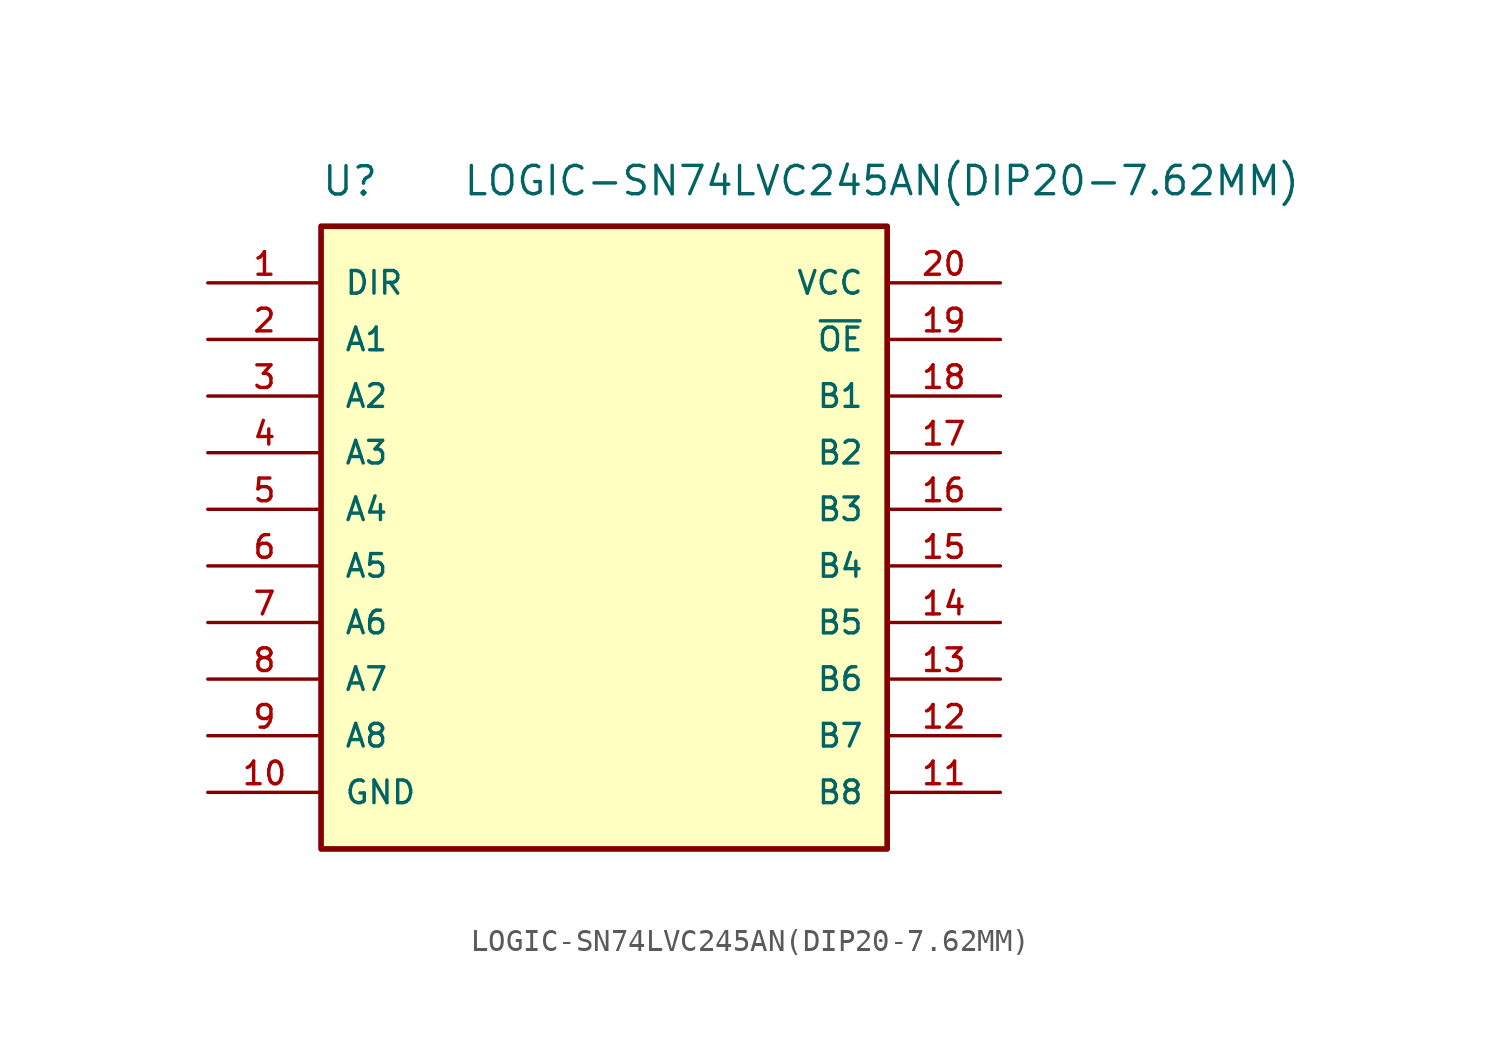
<source format=kicad_sym>
(kicad_symbol_lib
  (version 20211014)
  (generator kicad_symbol_editor)
  (symbol "LOGIC-SN74LVC245AN(DIP20-7.62MM)"
    (pin_names
      (offset 1.016))
    (property "Reference" "U"
      (at -12.71 16.523 0)
      (effects (font (size 1.27 1.27)) (justify bottom left)))
    (property "Value" "LOGIC-SN74LVC245AN(DIP20-7.62MM)"
      (at -6.36 16.537 0)
      (effects (font (size 1.27 1.27)) (justify bottom left)))
    (symbol "LOGIC-SN74LVC245AN(DIP20-7.62MM)_0_0"
      (rectangle (start -12.7 -12.7) (end 12.7 15.24) (stroke (width 0.254)) (fill (type background)))
      (pin bidirectional line (at -17.78 12.7 0) (length 5.08) (name "DIR" (effects (font (size 1.016 1.016)))) (number "1" (effects (font (size 1.016 1.016)))))
      (pin bidirectional line (at -17.78 10.16 0) (length 5.08) (name "A1" (effects (font (size 1.016 1.016)))) (number "2" (effects (font (size 1.016 1.016)))))
      (pin bidirectional line (at -17.78 7.62 0) (length 5.08) (name "A2" (effects (font (size 1.016 1.016)))) (number "3" (effects (font (size 1.016 1.016)))))
      (pin bidirectional line (at -17.78 5.08 0) (length 5.08) (name "A3" (effects (font (size 1.016 1.016)))) (number "4" (effects (font (size 1.016 1.016)))))
      (pin bidirectional line (at -17.78 2.54 0) (length 5.08) (name "A4" (effects (font (size 1.016 1.016)))) (number "5" (effects (font (size 1.016 1.016)))))
      (pin bidirectional line (at -17.78 0.0 0) (length 5.08) (name "A5" (effects (font (size 1.016 1.016)))) (number "6" (effects (font (size 1.016 1.016)))))
      (pin bidirectional line (at -17.78 -2.54 0) (length 5.08) (name "A6" (effects (font (size 1.016 1.016)))) (number "7" (effects (font (size 1.016 1.016)))))
      (pin bidirectional line (at -17.78 -5.08 0) (length 5.08) (name "A7" (effects (font (size 1.016 1.016)))) (number "8" (effects (font (size 1.016 1.016)))))
      (pin bidirectional line (at -17.78 -7.62 0) (length 5.08) (name "A8" (effects (font (size 1.016 1.016)))) (number "9" (effects (font (size 1.016 1.016)))))
      (pin bidirectional line (at -17.78 -10.16 0) (length 5.08) (name "GND" (effects (font (size 1.016 1.016)))) (number "10" (effects (font (size 1.016 1.016)))))
      (pin bidirectional line (at 17.78 -10.16 180.0) (length 5.08) (name "B8" (effects (font (size 1.016 1.016)))) (number "11" (effects (font (size 1.016 1.016)))))
      (pin bidirectional line (at 17.78 -7.62 180.0) (length 5.08) (name "B7" (effects (font (size 1.016 1.016)))) (number "12" (effects (font (size 1.016 1.016)))))
      (pin bidirectional line (at 17.78 -5.08 180.0) (length 5.08) (name "B6" (effects (font (size 1.016 1.016)))) (number "13" (effects (font (size 1.016 1.016)))))
      (pin bidirectional line (at 17.78 -2.54 180.0) (length 5.08) (name "B5" (effects (font (size 1.016 1.016)))) (number "14" (effects (font (size 1.016 1.016)))))
      (pin bidirectional line (at 17.78 0.0 180.0) (length 5.08) (name "B4" (effects (font (size 1.016 1.016)))) (number "15" (effects (font (size 1.016 1.016)))))
      (pin bidirectional line (at 17.78 2.54 180.0) (length 5.08) (name "B3" (effects (font (size 1.016 1.016)))) (number "16" (effects (font (size 1.016 1.016)))))
      (pin bidirectional line (at 17.78 5.08 180.0) (length 5.08) (name "B2" (effects (font (size 1.016 1.016)))) (number "17" (effects (font (size 1.016 1.016)))))
      (pin bidirectional line (at 17.78 7.62 180.0) (length 5.08) (name "B1" (effects (font (size 1.016 1.016)))) (number "18" (effects (font (size 1.016 1.016)))))
      (pin bidirectional line (at 17.78 10.16 180.0) (length 5.08) (name "~{OE}" (effects (font (size 1.016 1.016)))) (number "19" (effects (font (size 1.016 1.016)))))
      (pin bidirectional line (at 17.78 12.7 180.0) (length 5.08) (name "VCC" (effects (font (size 1.016 1.016)))) (number "20" (effects (font (size 1.016 1.016))))))))
</source>
